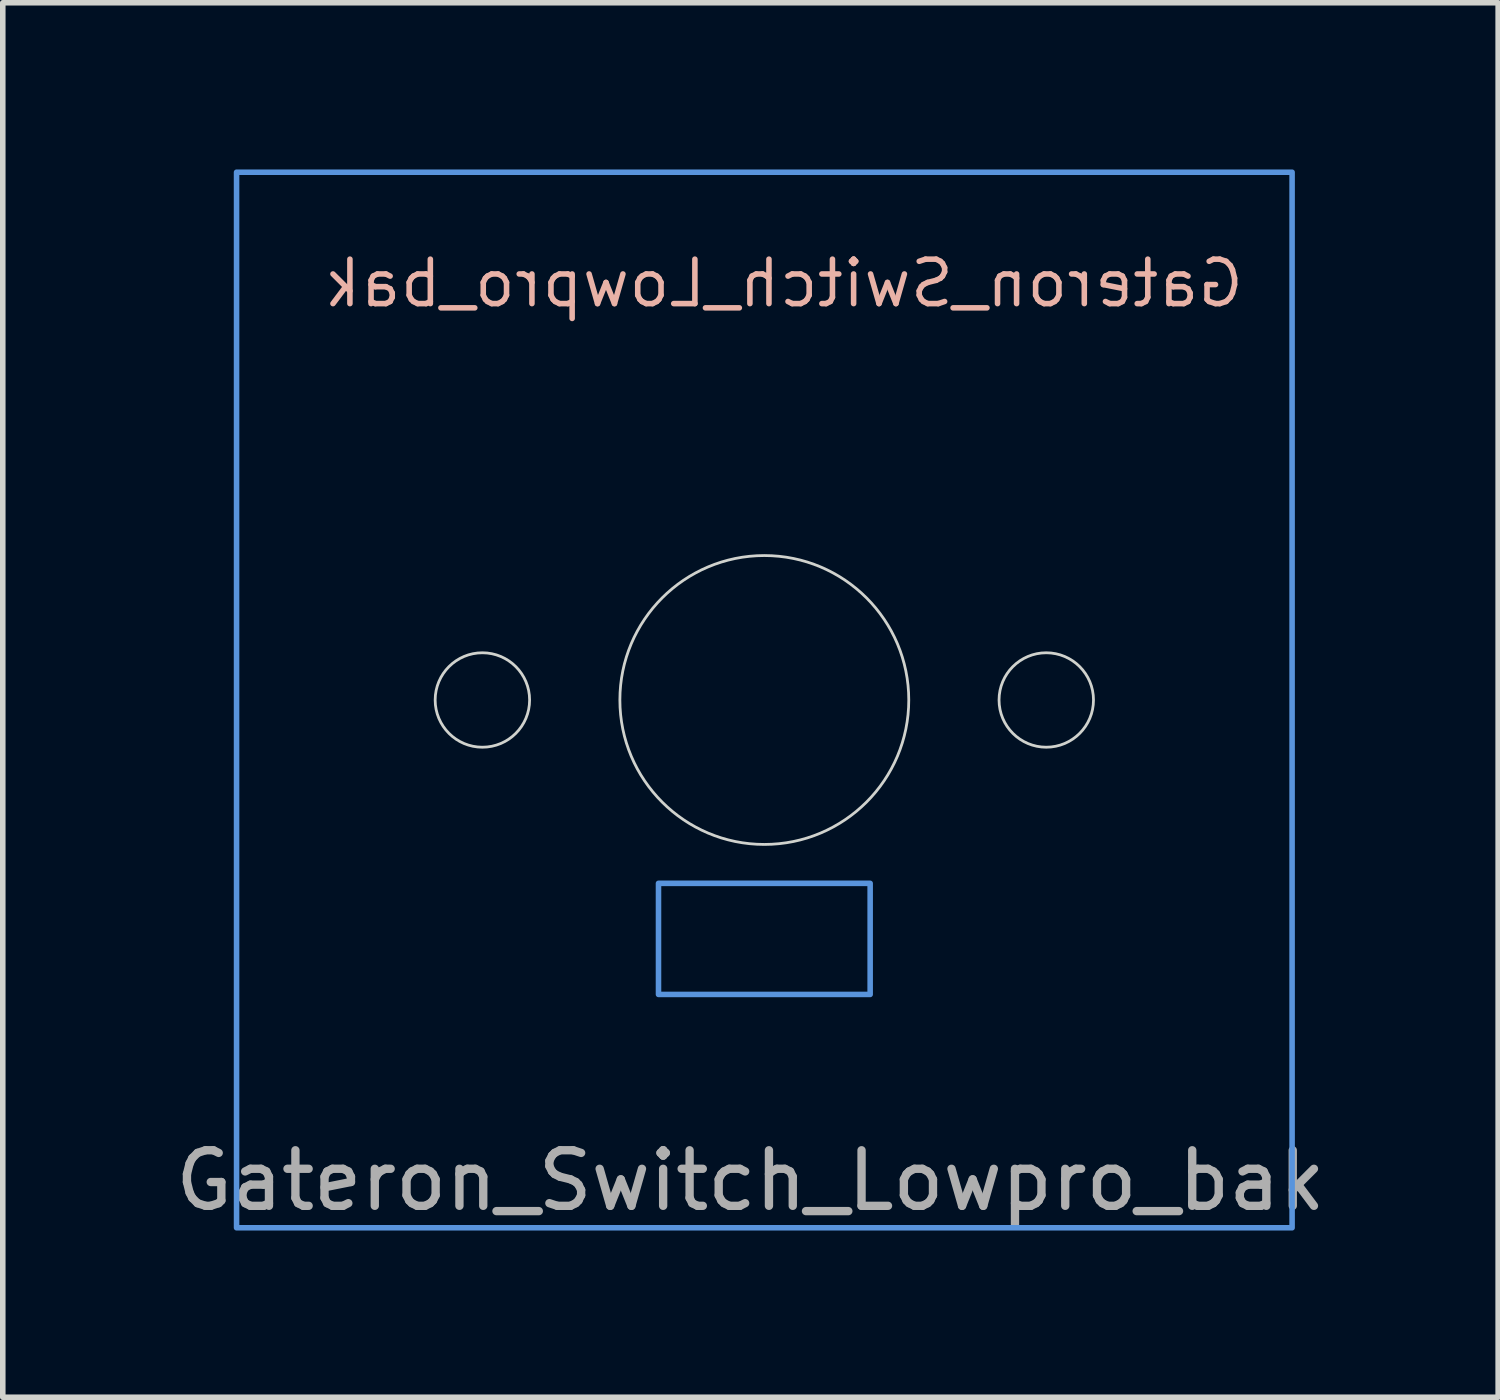
<source format=kicad_pcb>
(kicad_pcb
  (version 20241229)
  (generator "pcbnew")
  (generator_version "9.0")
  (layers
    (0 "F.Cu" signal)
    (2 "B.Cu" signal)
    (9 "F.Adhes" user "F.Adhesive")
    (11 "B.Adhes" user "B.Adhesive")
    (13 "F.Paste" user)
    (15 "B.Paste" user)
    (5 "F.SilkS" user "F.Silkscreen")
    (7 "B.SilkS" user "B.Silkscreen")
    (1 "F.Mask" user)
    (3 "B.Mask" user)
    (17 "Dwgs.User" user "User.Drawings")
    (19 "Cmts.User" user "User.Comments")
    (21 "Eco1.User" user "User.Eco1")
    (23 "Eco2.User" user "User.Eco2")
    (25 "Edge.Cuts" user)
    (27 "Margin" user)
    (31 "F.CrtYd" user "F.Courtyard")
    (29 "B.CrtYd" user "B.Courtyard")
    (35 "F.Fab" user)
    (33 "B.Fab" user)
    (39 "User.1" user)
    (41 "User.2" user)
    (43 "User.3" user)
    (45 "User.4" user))
  (footprint "Gateron_Switch_Lowpro_bak"
    (layer "F.Cu")
    (at 10.708 9.55)
    (property "Reference" "Gateron_Switch_Lowpro_bak" (at 0.35 -7.5 0) (unlocked yes) (layer "B.SilkS") (effects (font (size 0.8 0.8) (thickness 0.1)) (justify mirror)))
    (attr smd)
    (fp_rect (start -9.5 -9.5) (end 9.5 9.5) (stroke (width 0.1) (type solid)) (fill no) (layer "Cmts.User"))
    (fp_rect (start -1.905 3.3) (end 1.905 5.3) (stroke (width 0.1) (type solid)) (fill no) (layer "Cmts.User"))
    (fp_circle (center -5.075 0) (end -4.225 0) (stroke (width 0.05) (type solid)) (fill no) (layer "Edge.Cuts"))
    (fp_circle (center 0 0) (end 2.6 0) (stroke (width 0.05) (type solid)) (fill no) (layer "Edge.Cuts"))
    (fp_circle (center 5.075 0) (end 5.925 0) (stroke (width 0.05) (type solid)) (fill no) (layer "Edge.Cuts"))
    (fp_rect (start -2.5 -6) (end 2.5 -3.5) (stroke (width 0.1) (type solid)) (fill no) (layer "User.2"))
    (fp_line (start -3.5 3.9) (end -3.5 4.9) (stroke (width 0.1) (type default)) (layer "User.3"))
    (fp_line (start -2.5 -6.25) (end 2.5 -6.25) (stroke (width 0.1) (type default)) (layer "User.3"))
    (fp_line (start -2.5 -3.25) (end 2.5 -3.25) (stroke (width 0.1) (type default)) (layer "User.3"))
    (fp_line (start -2 2.4) (end 2 2.4) (stroke (width 0.1) (type solid)) (layer "User.3"))
    (fp_line (start -2 6.4) (end 2 6.4) (stroke (width 0.1) (type solid)) (layer "User.3"))
    (fp_line (start 3.5 3.9) (end 3.5 4.9) (stroke (width 0.1) (type default)) (layer "User.3"))
    (fp_arc (start -3.5 3.9) (mid -3.06066 2.83934) (end -2 2.4) (stroke (width 0.1) (type solid)) (layer "User.3"))
    (fp_arc (start -2.5 -3.25) (mid -4 -4.75) (end -2.5 -6.25) (stroke (width 0.1) (type default)) (layer "User.3"))
    (fp_arc (start -2 6.4) (mid -3.06066 5.96066) (end -3.5 4.9) (stroke (width 0.1) (type default)) (layer "User.3"))
    (fp_arc (start 2 2.4) (mid 3.06066 2.83934) (end 3.5 3.9) (stroke (width 0.1) (type default)) (layer "User.3"))
    (fp_arc (start 2.5 -6.25) (mid 4 -4.75) (end 2.5 -3.25) (stroke (width 0.1) (type default)) (layer "User.3"))
    (fp_arc (start 3.5 4.9) (mid 3.06066 5.96066) (end 2 6.4) (stroke (width 0.1) (type default)) (layer "User.3"))
    (fp_line (start -7 -6.6) (end -7 6.6) (stroke (width 0.12) (type solid)) (layer "User.4"))
    (fp_line (start -6.6 -7) (end 6.6 -7) (stroke (width 0.12) (type solid)) (layer "User.4"))
    (fp_line (start -6.6 7) (end 6.6 7) (stroke (width 0.12) (type solid)) (layer "User.4"))
    (fp_line (start 7 -6.6) (end 7 6.6) (stroke (width 0.12) (type solid)) (layer "User.4"))
    (fp_arc (start -7 -6.6) (mid -6.882843 -6.882843) (end -6.6 -7) (stroke (width 0.12) (type solid)) (layer "User.4"))
    (fp_arc (start -6.6 7) (mid -6.882843 6.882843) (end -7 6.6) (stroke (width 0.12) (type solid)) (layer "User.4"))
    (fp_arc (start 6.6 -7) (mid 6.882843 -6.882843) (end 7 -6.6) (stroke (width 0.12) (type solid)) (layer "User.4"))
    (fp_arc (start 7 6.6) (mid 6.882843 6.882843) (end 6.6 7) (stroke (width 0.12) (type solid)) (layer "User.4"))
    (fp_text user "${REFERENCE}" (at -0.25 8.65 0) (unlocked yes) (layer "F.Fab") (effects (font (size 1 1) (thickness 0.15))))
    (zone (net_name "") (layers "F.Cu" "B.Cu") (hatch edge 0.5) (connect_pads) (min_thickness 0.25) (filled_areas_thickness no) (keepout (tracks allowed) (vias allowed) (pads allowed) (copperpour not_allowed) (footprints allowed)) (placement (enabled no)) (fill) (polygon (pts (xy 3.708 9.55) (xy 17.708 9.55) (xy 17.708 18.1) (xy 3.708 18.1))))
    (zone (net_name "") (layer "User.6") (hatch edge 0.5) (connect_pads) (min_thickness 0.25) (filled_areas_thickness no) (keepout (tracks allowed) (vias allowed) (pads allowed) (copperpour not_allowed) (footprints allowed)) (placement (enabled no)) (fill) (polygon (pts (xy 3.708 9.55) (xy 17.708 9.55) (xy 17.708 18.1) (xy 3.808 18.1)))))
  (gr_rect
    (start -3 -3)
    (end 23.917 22.1)
    (stroke (width 0.1) (type default))
    (fill no)
    (layer "Edge.Cuts")))
</source>
